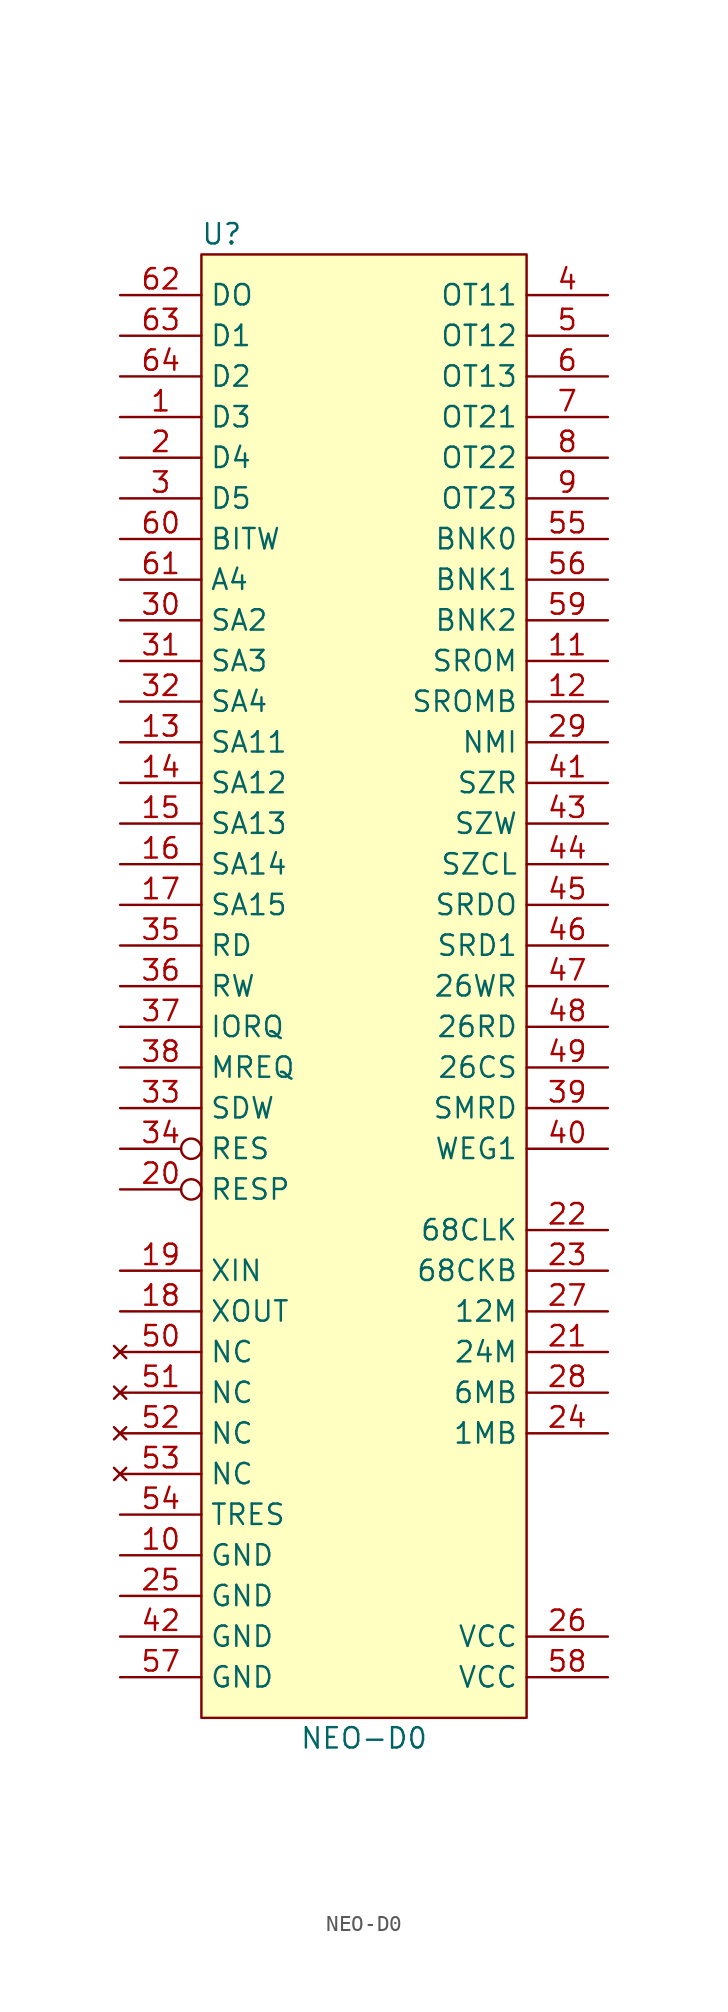
<source format=kicad_sym>
(kicad_symbol_lib
  (version 20211014)
  (generator kicad_symbol_editor)
  (symbol "NEO-D0"
    (property "Reference" "U"
      (at -8.89 59.69 0)
      (effects (font (size 1.27 1.27))))
    (property "Value" "NEO-D0"
      (at 0 -34.29 0)
      (effects (font (size 1.27 1.27))))
    (symbol "NEO-D0_1_1"
      (rectangle (start -10.16 58.42) (end 10.16 -33.02) (stroke (width 0) (type default) (color 0 0 0 0)) (fill (type background)))
      (pin bidirectional line (at -15.24 48.26 0) (length 5.08) (name "D3" (effects (font (size 1.27 1.27)))) (number "1" (effects (font (size 1.27 1.27)))))
      (pin power_in line (at -15.24 -22.86 0) (length 5.08) (name "GND" (effects (font (size 1.27 1.27)))) (number "10" (effects (font (size 1.27 1.27)))))
      (pin bidirectional line (at 15.24 33.02 180) (length 5.08) (name "SROM" (effects (font (size 1.27 1.27)))) (number "11" (effects (font (size 1.27 1.27)))))
      (pin bidirectional line (at 15.24 30.48 180) (length 5.08) (name "SROMB" (effects (font (size 1.27 1.27)))) (number "12" (effects (font (size 1.27 1.27)))))
      (pin bidirectional line (at -15.24 27.94 0) (length 5.08) (name "SA11" (effects (font (size 1.27 1.27)))) (number "13" (effects (font (size 1.27 1.27)))))
      (pin bidirectional line (at -15.24 25.4 0) (length 5.08) (name "SA12" (effects (font (size 1.27 1.27)))) (number "14" (effects (font (size 1.27 1.27)))))
      (pin bidirectional line (at -15.24 22.86 0) (length 5.08) (name "SA13" (effects (font (size 1.27 1.27)))) (number "15" (effects (font (size 1.27 1.27)))))
      (pin bidirectional line (at -15.24 20.32 0) (length 5.08) (name "SA14" (effects (font (size 1.27 1.27)))) (number "16" (effects (font (size 1.27 1.27)))))
      (pin bidirectional line (at -15.24 17.78 0) (length 5.08) (name "SA15" (effects (font (size 1.27 1.27)))) (number "17" (effects (font (size 1.27 1.27)))))
      (pin bidirectional line (at -15.24 -7.62 0) (length 5.08) (name "XOUT" (effects (font (size 1.27 1.27)))) (number "18" (effects (font (size 1.27 1.27)))))
      (pin bidirectional line (at -15.24 -5.08 0) (length 5.08) (name "XIN" (effects (font (size 1.27 1.27)))) (number "19" (effects (font (size 1.27 1.27)))))
      (pin bidirectional line (at -15.24 45.72 0) (length 5.08) (name "D4" (effects (font (size 1.27 1.27)))) (number "2" (effects (font (size 1.27 1.27)))))
      (pin bidirectional inverted (at -15.24 0 0) (length 5.08) (name "RESP" (effects (font (size 1.27 1.27)))) (number "20" (effects (font (size 1.27 1.27)))))
      (pin bidirectional line (at 15.24 -10.16 180) (length 5.08) (name "24M" (effects (font (size 1.27 1.27)))) (number "21" (effects (font (size 1.27 1.27)))))
      (pin bidirectional line (at 15.24 -2.54 180) (length 5.08) (name "68CLK" (effects (font (size 1.27 1.27)))) (number "22" (effects (font (size 1.27 1.27)))))
      (pin bidirectional line (at 15.24 -5.08 180) (length 5.08) (name "68CKB" (effects (font (size 1.27 1.27)))) (number "23" (effects (font (size 1.27 1.27)))))
      (pin bidirectional line (at 15.24 -15.24 180) (length 5.08) (name "1MB" (effects (font (size 1.27 1.27)))) (number "24" (effects (font (size 1.27 1.27)))))
      (pin power_in line (at -15.24 -25.4 0) (length 5.08) (name "GND" (effects (font (size 1.27 1.27)))) (number "25" (effects (font (size 1.27 1.27)))))
      (pin power_in line (at 15.24 -27.94 180) (length 5.08) (name "VCC" (effects (font (size 1.27 1.27)))) (number "26" (effects (font (size 1.27 1.27)))))
      (pin bidirectional line (at 15.24 -7.62 180) (length 5.08) (name "12M" (effects (font (size 1.27 1.27)))) (number "27" (effects (font (size 1.27 1.27)))))
      (pin bidirectional line (at 15.24 -12.7 180) (length 5.08) (name "6MB" (effects (font (size 1.27 1.27)))) (number "28" (effects (font (size 1.27 1.27)))))
      (pin bidirectional line (at 15.24 27.94 180) (length 5.08) (name "NMI" (effects (font (size 1.27 1.27)))) (number "29" (effects (font (size 1.27 1.27)))))
      (pin bidirectional line (at -15.24 43.18 0) (length 5.08) (name "D5" (effects (font (size 1.27 1.27)))) (number "3" (effects (font (size 1.27 1.27)))))
      (pin bidirectional line (at -15.24 35.56 0) (length 5.08) (name "SA2" (effects (font (size 1.27 1.27)))) (number "30" (effects (font (size 1.27 1.27)))))
      (pin bidirectional line (at -15.24 33.02 0) (length 5.08) (name "SA3" (effects (font (size 1.27 1.27)))) (number "31" (effects (font (size 1.27 1.27)))))
      (pin bidirectional line (at -15.24 30.48 0) (length 5.08) (name "SA4" (effects (font (size 1.27 1.27)))) (number "32" (effects (font (size 1.27 1.27)))))
      (pin bidirectional line (at -15.24 5.08 0) (length 5.08) (name "SDW" (effects (font (size 1.27 1.27)))) (number "33" (effects (font (size 1.27 1.27)))))
      (pin bidirectional inverted (at -15.24 2.54 0) (length 5.08) (name "RES" (effects (font (size 1.27 1.27)))) (number "34" (effects (font (size 1.27 1.27)))))
      (pin bidirectional line (at -15.24 15.24 0) (length 5.08) (name "RD" (effects (font (size 1.27 1.27)))) (number "35" (effects (font (size 1.27 1.27)))))
      (pin bidirectional line (at -15.24 12.7 0) (length 5.08) (name "RW" (effects (font (size 1.27 1.27)))) (number "36" (effects (font (size 1.27 1.27)))))
      (pin bidirectional line (at -15.24 10.16 0) (length 5.08) (name "IORQ" (effects (font (size 1.27 1.27)))) (number "37" (effects (font (size 1.27 1.27)))))
      (pin bidirectional line (at -15.24 7.62 0) (length 5.08) (name "MREQ" (effects (font (size 1.27 1.27)))) (number "38" (effects (font (size 1.27 1.27)))))
      (pin bidirectional line (at 15.24 5.08 180) (length 5.08) (name "SMRD" (effects (font (size 1.27 1.27)))) (number "39" (effects (font (size 1.27 1.27)))))
      (pin bidirectional line (at 15.24 55.88 180) (length 5.08) (name "OT11" (effects (font (size 1.27 1.27)))) (number "4" (effects (font (size 1.27 1.27)))))
      (pin bidirectional line (at 15.24 2.54 180) (length 5.08) (name "WEG1" (effects (font (size 1.27 1.27)))) (number "40" (effects (font (size 1.27 1.27)))))
      (pin bidirectional line (at 15.24 25.4 180) (length 5.08) (name "SZR" (effects (font (size 1.27 1.27)))) (number "41" (effects (font (size 1.27 1.27)))))
      (pin power_in line (at -15.24 -27.94 0) (length 5.08) (name "GND" (effects (font (size 1.27 1.27)))) (number "42" (effects (font (size 1.27 1.27)))))
      (pin bidirectional line (at 15.24 22.86 180) (length 5.08) (name "SZW" (effects (font (size 1.27 1.27)))) (number "43" (effects (font (size 1.27 1.27)))))
      (pin bidirectional line (at 15.24 20.32 180) (length 5.08) (name "SZCL" (effects (font (size 1.27 1.27)))) (number "44" (effects (font (size 1.27 1.27)))))
      (pin bidirectional line (at 15.24 17.78 180) (length 5.08) (name "SRDO" (effects (font (size 1.27 1.27)))) (number "45" (effects (font (size 1.27 1.27)))))
      (pin bidirectional line (at 15.24 15.24 180) (length 5.08) (name "SRD1" (effects (font (size 1.27 1.27)))) (number "46" (effects (font (size 1.27 1.27)))))
      (pin bidirectional line (at 15.24 12.7 180) (length 5.08) (name "26WR" (effects (font (size 1.27 1.27)))) (number "47" (effects (font (size 1.27 1.27)))))
      (pin bidirectional line (at 15.24 10.16 180) (length 5.08) (name "26RD" (effects (font (size 1.27 1.27)))) (number "48" (effects (font (size 1.27 1.27)))))
      (pin bidirectional line (at 15.24 7.62 180) (length 5.08) (name "26CS" (effects (font (size 1.27 1.27)))) (number "49" (effects (font (size 1.27 1.27)))))
      (pin bidirectional line (at 15.24 53.34 180) (length 5.08) (name "OT12" (effects (font (size 1.27 1.27)))) (number "5" (effects (font (size 1.27 1.27)))))
      (pin no_connect line (at -15.24 -10.16 0) (length 5.08) (name "NC" (effects (font (size 1.27 1.27)))) (number "50" (effects (font (size 1.27 1.27)))))
      (pin no_connect line (at -15.24 -12.7 0) (length 5.08) (name "NC" (effects (font (size 1.27 1.27)))) (number "51" (effects (font (size 1.27 1.27)))))
      (pin no_connect line (at -15.24 -15.24 0) (length 5.08) (name "NC" (effects (font (size 1.27 1.27)))) (number "52" (effects (font (size 1.27 1.27)))))
      (pin no_connect line (at -15.24 -17.78 0) (length 5.08) (name "NC" (effects (font (size 1.27 1.27)))) (number "53" (effects (font (size 1.27 1.27)))))
      (pin bidirectional line (at -15.24 -20.32 0) (length 5.08) (name "TRES" (effects (font (size 1.27 1.27)))) (number "54" (effects (font (size 1.27 1.27)))))
      (pin bidirectional line (at 15.24 40.64 180) (length 5.08) (name "BNK0" (effects (font (size 1.27 1.27)))) (number "55" (effects (font (size 1.27 1.27)))))
      (pin bidirectional line (at 15.24 38.1 180) (length 5.08) (name "BNK1" (effects (font (size 1.27 1.27)))) (number "56" (effects (font (size 1.27 1.27)))))
      (pin power_in line (at -15.24 -30.48 0) (length 5.08) (name "GND" (effects (font (size 1.27 1.27)))) (number "57" (effects (font (size 1.27 1.27)))))
      (pin power_in line (at 15.24 -30.48 180) (length 5.08) (name "VCC" (effects (font (size 1.27 1.27)))) (number "58" (effects (font (size 1.27 1.27)))))
      (pin bidirectional line (at 15.24 35.56 180) (length 5.08) (name "BNK2" (effects (font (size 1.27 1.27)))) (number "59" (effects (font (size 1.27 1.27)))))
      (pin bidirectional line (at 15.24 50.8 180) (length 5.08) (name "OT13" (effects (font (size 1.27 1.27)))) (number "6" (effects (font (size 1.27 1.27)))))
      (pin bidirectional line (at -15.24 40.64 0) (length 5.08) (name "BITW" (effects (font (size 1.27 1.27)))) (number "60" (effects (font (size 1.27 1.27)))))
      (pin bidirectional line (at -15.24 38.1 0) (length 5.08) (name "A4" (effects (font (size 1.27 1.27)))) (number "61" (effects (font (size 1.27 1.27)))))
      (pin bidirectional line (at -15.24 55.88 0) (length 5.08) (name "DO" (effects (font (size 1.27 1.27)))) (number "62" (effects (font (size 1.27 1.27)))))
      (pin bidirectional line (at -15.24 53.34 0) (length 5.08) (name "D1" (effects (font (size 1.27 1.27)))) (number "63" (effects (font (size 1.27 1.27)))))
      (pin bidirectional line (at -15.24 50.8 0) (length 5.08) (name "D2" (effects (font (size 1.27 1.27)))) (number "64" (effects (font (size 1.27 1.27)))))
      (pin bidirectional line (at 15.24 48.26 180) (length 5.08) (name "OT21" (effects (font (size 1.27 1.27)))) (number "7" (effects (font (size 1.27 1.27)))))
      (pin bidirectional line (at 15.24 45.72 180) (length 5.08) (name "OT22" (effects (font (size 1.27 1.27)))) (number "8" (effects (font (size 1.27 1.27)))))
      (pin bidirectional line (at 15.24 43.18 180) (length 5.08) (name "OT23" (effects (font (size 1.27 1.27)))) (number "9" (effects (font (size 1.27 1.27))))))))
</source>
